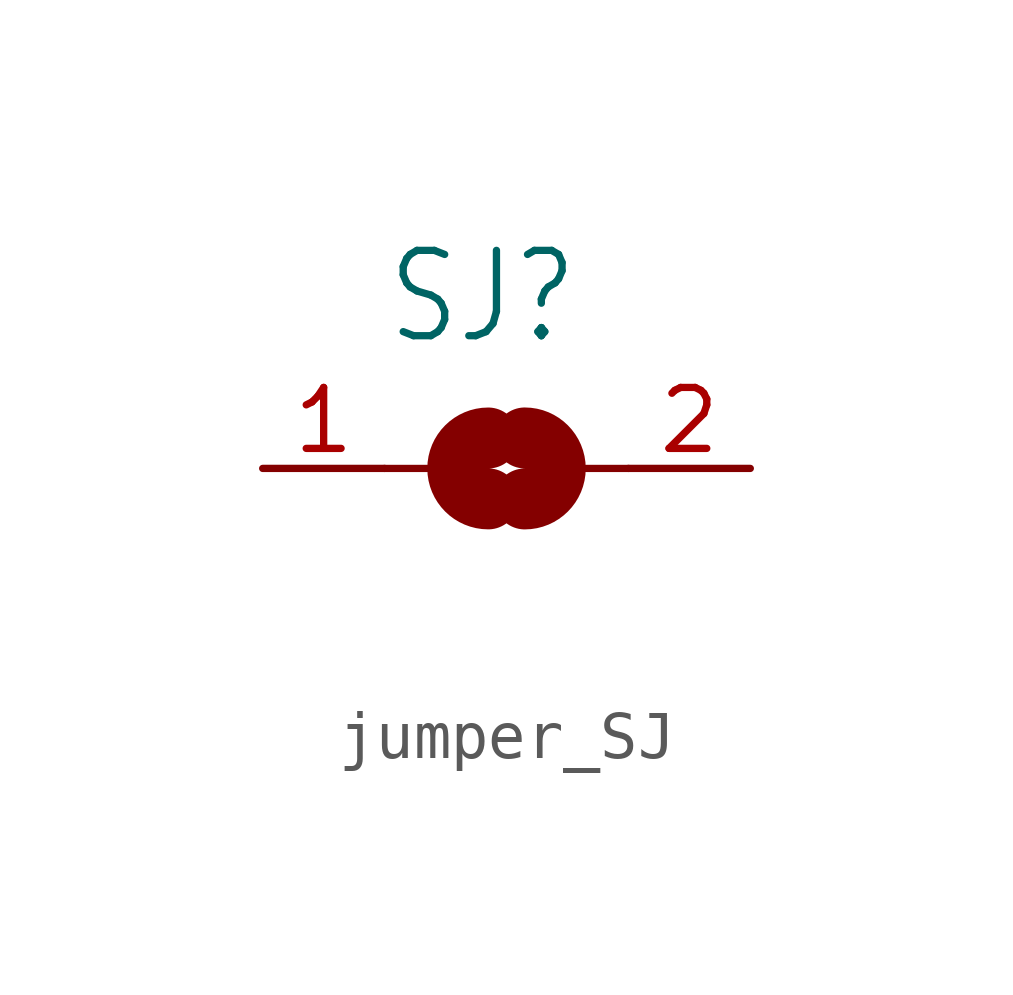
<source format=kicad_sym>
(kicad_symbol_lib
  (version 20241209)
  (generator "kicad_symbol_editor")
  (generator_version "9.0")
  (symbol "jumper_SJ"
    (property "Reference" "SJ"
      (at -2.54 2.54 0)
      (effects (font (size 1.778 1.511)) (justify left bottom)))
    (property "Value" ""
      (at -2.54 -3.81 0)
      (effects (font (size 1.778 1.511)) (justify left bottom)))
    (property "ki_locked" ""
      (at 0 0 0)
      (effects (font (size 1.27 1.27))))
    (symbol "jumper_SJ_1_0"
      (polyline (pts (xy -2.54 0) (xy -1.651 0)) (stroke (width 0.152) (type solid)) (fill (type none)))
      (arc (start -0.381 -0.635) (mid -1.0159 0.0001) (end -0.3808 0.635) (stroke (width 1.27) (type solid)) (fill (type none)))
      (arc (start 0.381 0.635) (mid 1.0159 -0.0001) (end 0.3808 -0.635) (stroke (width 1.27) (type solid)) (fill (type none)))
      (polyline (pts (xy 2.54 0) (xy 1.651 0)) (stroke (width 0.152) (type solid)) (fill (type none)))
      (pin passive line (at -5.08 0 0) (length 2.54) (name "1" (effects (font (size 0 0)))) (number "1" (effects (font (size 1.27 1.27)))))
      (pin passive line (at 5.08 0 180) (length 2.54) (name "2" (effects (font (size 0 0)))) (number "2" (effects (font (size 1.27 1.27))))))))
</source>
